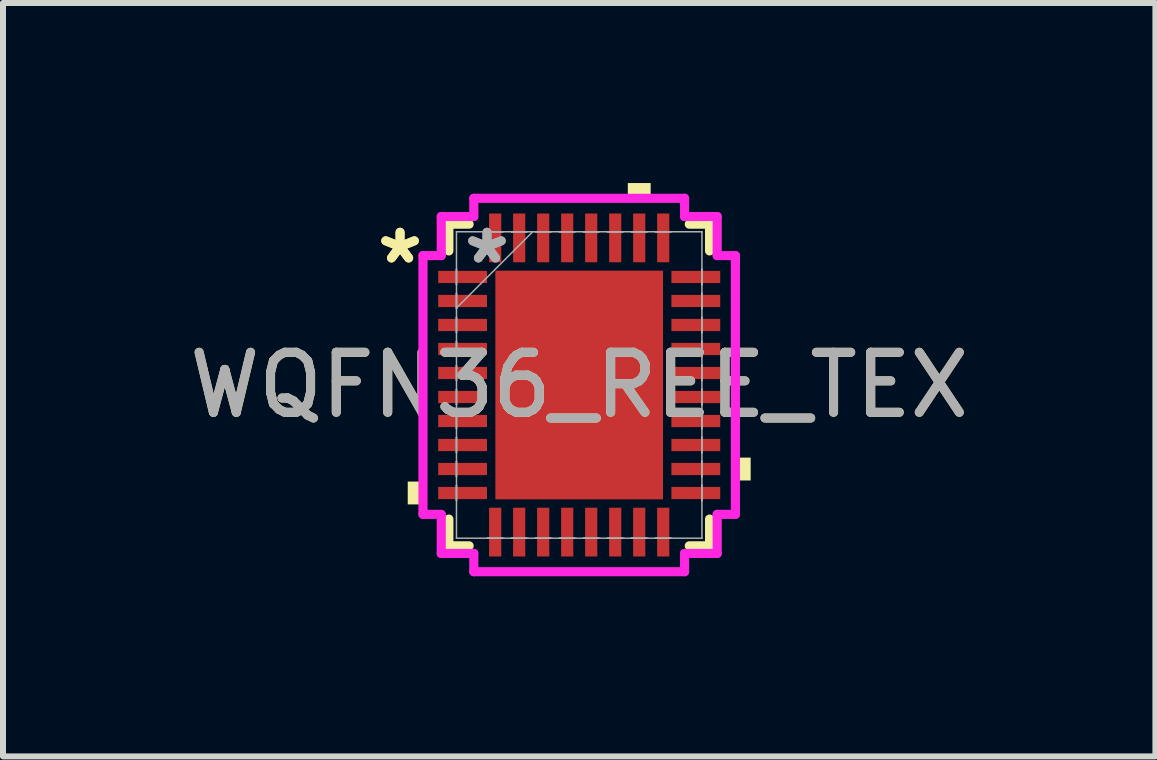
<source format=kicad_pcb>
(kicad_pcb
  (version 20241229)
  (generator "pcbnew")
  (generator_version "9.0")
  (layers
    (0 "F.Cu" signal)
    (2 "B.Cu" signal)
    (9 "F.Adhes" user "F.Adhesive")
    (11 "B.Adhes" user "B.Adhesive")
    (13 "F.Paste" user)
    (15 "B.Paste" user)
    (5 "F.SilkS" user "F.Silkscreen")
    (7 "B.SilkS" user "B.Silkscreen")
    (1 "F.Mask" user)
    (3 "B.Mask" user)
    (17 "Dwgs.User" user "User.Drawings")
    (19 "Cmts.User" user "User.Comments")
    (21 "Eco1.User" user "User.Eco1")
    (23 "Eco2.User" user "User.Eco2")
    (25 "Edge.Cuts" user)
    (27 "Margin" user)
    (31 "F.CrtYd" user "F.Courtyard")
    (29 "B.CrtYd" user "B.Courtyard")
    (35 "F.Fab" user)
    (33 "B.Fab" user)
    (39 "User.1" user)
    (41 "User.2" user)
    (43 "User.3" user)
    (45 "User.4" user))
  (footprint "WQFN36_REE_TEX"
    (layer "F.Cu")
    (at 6.601 3.365)
    (property "Reference" "WQFN36_REE_TEX" (at 0 0 0) (unlocked yes) (layer "F.SilkS") (effects (font (size 1 1) (thickness 0.15))))
    (attr smd)
    (fp_line (start -2.172 -2.68) (end -2.172 -2.234) (stroke (width 0.152) (type solid)) (layer "F.SilkS"))
    (fp_line (start -2.172 2.234) (end -2.172 2.68) (stroke (width 0.152) (type solid)) (layer "F.SilkS"))
    (fp_line (start -2.172 2.68) (end -1.834 2.68) (stroke (width 0.152) (type solid)) (layer "F.SilkS"))
    (fp_line (start -1.834 -2.68) (end -2.172 -2.68) (stroke (width 0.152) (type solid)) (layer "F.SilkS"))
    (fp_line (start 1.834 2.68) (end 2.172 2.68) (stroke (width 0.152) (type solid)) (layer "F.SilkS"))
    (fp_line (start 2.172 -2.68) (end 1.834 -2.68) (stroke (width 0.152) (type solid)) (layer "F.SilkS"))
    (fp_line (start 2.172 -2.234) (end 2.172 -2.68) (stroke (width 0.152) (type solid)) (layer "F.SilkS"))
    (fp_line (start 2.172 2.68) (end 2.172 2.234) (stroke (width 0.152) (type solid)) (layer "F.SilkS"))
    (fp_poly (pts (xy -2.857 1.609) (xy -2.857 1.99) (xy -2.603 1.99) (xy -2.603 1.609)) (stroke (width 0) (type solid)) (fill yes) (layer "F.SilkS"))
    (fp_poly (pts (xy 0.81 -3.111) (xy 0.81 -3.365) (xy 1.191 -3.365) (xy 1.191 -3.111)) (stroke (width 0) (type solid)) (fill yes) (layer "F.SilkS"))
    (fp_poly (pts (xy 2.857 1.21) (xy 2.857 1.591) (xy 2.603 1.591) (xy 2.603 1.21)) (stroke (width 0) (type solid)) (fill yes) (layer "F.SilkS"))
    (fp_poly (pts (xy -1.297 -1.805) (xy -1.297 -0.735) (xy -0.1 -0.735) (xy -0.1 -1.805)) (stroke (width 0) (type solid)) (fill yes) (layer "F.Paste"))
    (fp_poly (pts (xy -1.297 -0.535) (xy -1.297 0.535) (xy -0.1 0.535) (xy -0.1 -0.535)) (stroke (width 0) (type solid)) (fill yes) (layer "F.Paste"))
    (fp_poly (pts (xy -1.297 0.735) (xy -1.297 1.805) (xy -0.1 1.805) (xy -0.1 0.735)) (stroke (width 0) (type solid)) (fill yes) (layer "F.Paste"))
    (fp_poly (pts (xy 0.1 -1.805) (xy 0.1 -0.735) (xy 1.297 -0.735) (xy 1.297 -1.805)) (stroke (width 0) (type solid)) (fill yes) (layer "F.Paste"))
    (fp_poly (pts (xy 0.1 -0.535) (xy 0.1 0.535) (xy 1.297 0.535) (xy 1.297 -0.535)) (stroke (width 0) (type solid)) (fill yes) (layer "F.Paste"))
    (fp_poly (pts (xy 0.1 0.735) (xy 0.1 1.805) (xy 1.297 1.805) (xy 1.297 0.735)) (stroke (width 0) (type solid)) (fill yes) (layer "F.Paste"))
    (fp_line (start -2.603 -2.156) (end -2.299 -2.156) (stroke (width 0.152) (type solid)) (layer "F.CrtYd"))
    (fp_line (start -2.603 2.156) (end -2.603 -2.156) (stroke (width 0.152) (type solid)) (layer "F.CrtYd"))
    (fp_line (start -2.299 -2.807) (end -1.756 -2.807) (stroke (width 0.152) (type solid)) (layer "F.CrtYd"))
    (fp_line (start -2.299 -2.156) (end -2.299 -2.807) (stroke (width 0.152) (type solid)) (layer "F.CrtYd"))
    (fp_line (start -2.299 2.156) (end -2.603 2.156) (stroke (width 0.152) (type solid)) (layer "F.CrtYd"))
    (fp_line (start -2.299 2.807) (end -2.299 2.156) (stroke (width 0.152) (type solid)) (layer "F.CrtYd"))
    (fp_line (start -1.756 -3.111) (end 1.756 -3.111) (stroke (width 0.152) (type solid)) (layer "F.CrtYd"))
    (fp_line (start -1.756 -2.807) (end -1.756 -3.111) (stroke (width 0.152) (type solid)) (layer "F.CrtYd"))
    (fp_line (start -1.756 2.807) (end -2.299 2.807) (stroke (width 0.152) (type solid)) (layer "F.CrtYd"))
    (fp_line (start -1.756 3.111) (end -1.756 2.807) (stroke (width 0.152) (type solid)) (layer "F.CrtYd"))
    (fp_line (start 1.756 -3.111) (end 1.756 -2.807) (stroke (width 0.152) (type solid)) (layer "F.CrtYd"))
    (fp_line (start 1.756 -2.807) (end 2.299 -2.807) (stroke (width 0.152) (type solid)) (layer "F.CrtYd"))
    (fp_line (start 1.756 2.807) (end 1.756 3.111) (stroke (width 0.152) (type solid)) (layer "F.CrtYd"))
    (fp_line (start 1.756 3.111) (end -1.756 3.111) (stroke (width 0.152) (type solid)) (layer "F.CrtYd"))
    (fp_line (start 2.299 -2.807) (end 2.299 -2.156) (stroke (width 0.152) (type solid)) (layer "F.CrtYd"))
    (fp_line (start 2.299 -2.156) (end 2.603 -2.156) (stroke (width 0.152) (type solid)) (layer "F.CrtYd"))
    (fp_line (start 2.299 2.156) (end 2.299 2.807) (stroke (width 0.152) (type solid)) (layer "F.CrtYd"))
    (fp_line (start 2.299 2.807) (end 1.756 2.807) (stroke (width 0.152) (type solid)) (layer "F.CrtYd"))
    (fp_line (start 2.603 -2.156) (end 2.603 2.156) (stroke (width 0.152) (type solid)) (layer "F.CrtYd"))
    (fp_line (start 2.603 2.156) (end 2.299 2.156) (stroke (width 0.152) (type solid)) (layer "F.CrtYd"))
    (fp_line (start -2.045 -2.553) (end -2.045 -2.553) (stroke (width 0.025) (type solid)) (layer "F.Fab"))
    (fp_line (start -2.045 -2.553) (end -2.045 2.553) (stroke (width 0.025) (type solid)) (layer "F.Fab"))
    (fp_line (start -2.045 -1.927) (end -2.045 -1.927) (stroke (width 0.025) (type solid)) (layer "F.Fab"))
    (fp_line (start -2.045 -1.927) (end -2.045 -1.673) (stroke (width 0.025) (type solid)) (layer "F.Fab"))
    (fp_line (start -2.045 -1.673) (end -2.045 -1.927) (stroke (width 0.025) (type solid)) (layer "F.Fab"))
    (fp_line (start -2.045 -1.673) (end -2.045 -1.673) (stroke (width 0.025) (type solid)) (layer "F.Fab"))
    (fp_line (start -2.045 -1.527) (end -2.045 -1.527) (stroke (width 0.025) (type solid)) (layer "F.Fab"))
    (fp_line (start -2.045 -1.527) (end -2.045 -1.273) (stroke (width 0.025) (type solid)) (layer "F.Fab"))
    (fp_line (start -2.045 -1.283) (end -0.775 -2.553) (stroke (width 0.025) (type solid)) (layer "F.Fab"))
    (fp_line (start -2.045 -1.273) (end -2.045 -1.527) (stroke (width 0.025) (type solid)) (layer "F.Fab"))
    (fp_line (start -2.045 -1.273) (end -2.045 -1.273) (stroke (width 0.025) (type solid)) (layer "F.Fab"))
    (fp_line (start -2.045 -1.127) (end -2.045 -1.127) (stroke (width 0.025) (type solid)) (layer "F.Fab"))
    (fp_line (start -2.045 -1.127) (end -2.045 -0.873) (stroke (width 0.025) (type solid)) (layer "F.Fab"))
    (fp_line (start -2.045 -0.873) (end -2.045 -1.127) (stroke (width 0.025) (type solid)) (layer "F.Fab"))
    (fp_line (start -2.045 -0.873) (end -2.045 -0.873) (stroke (width 0.025) (type solid)) (layer "F.Fab"))
    (fp_line (start -2.045 -0.727) (end -2.045 -0.727) (stroke (width 0.025) (type solid)) (layer "F.Fab"))
    (fp_line (start -2.045 -0.727) (end -2.045 -0.473) (stroke (width 0.025) (type solid)) (layer "F.Fab"))
    (fp_line (start -2.045 -0.473) (end -2.045 -0.727) (stroke (width 0.025) (type solid)) (layer "F.Fab"))
    (fp_line (start -2.045 -0.473) (end -2.045 -0.473) (stroke (width 0.025) (type solid)) (layer "F.Fab"))
    (fp_line (start -2.045 -0.327) (end -2.045 -0.327) (stroke (width 0.025) (type solid)) (layer "F.Fab"))
    (fp_line (start -2.045 -0.327) (end -2.045 -0.073) (stroke (width 0.025) (type solid)) (layer "F.Fab"))
    (fp_line (start -2.045 -0.073) (end -2.045 -0.327) (stroke (width 0.025) (type solid)) (layer "F.Fab"))
    (fp_line (start -2.045 -0.073) (end -2.045 -0.073) (stroke (width 0.025) (type solid)) (layer "F.Fab"))
    (fp_line (start -2.045 0.073) (end -2.045 0.073) (stroke (width 0.025) (type solid)) (layer "F.Fab"))
    (fp_line (start -2.045 0.073) (end -2.045 0.327) (stroke (width 0.025) (type solid)) (layer "F.Fab"))
    (fp_line (start -2.045 0.327) (end -2.045 0.073) (stroke (width 0.025) (type solid)) (layer "F.Fab"))
    (fp_line (start -2.045 0.327) (end -2.045 0.327) (stroke (width 0.025) (type solid)) (layer "F.Fab"))
    (fp_line (start -2.045 0.473) (end -2.045 0.473) (stroke (width 0.025) (type solid)) (layer "F.Fab"))
    (fp_line (start -2.045 0.473) (end -2.045 0.727) (stroke (width 0.025) (type solid)) (layer "F.Fab"))
    (fp_line (start -2.045 0.727) (end -2.045 0.473) (stroke (width 0.025) (type solid)) (layer "F.Fab"))
    (fp_line (start -2.045 0.727) (end -2.045 0.727) (stroke (width 0.025) (type solid)) (layer "F.Fab"))
    (fp_line (start -2.045 0.873) (end -2.045 0.873) (stroke (width 0.025) (type solid)) (layer "F.Fab"))
    (fp_line (start -2.045 0.873) (end -2.045 1.127) (stroke (width 0.025) (type solid)) (layer "F.Fab"))
    (fp_line (start -2.045 1.127) (end -2.045 0.873) (stroke (width 0.025) (type solid)) (layer "F.Fab"))
    (fp_line (start -2.045 1.127) (end -2.045 1.127) (stroke (width 0.025) (type solid)) (layer "F.Fab"))
    (fp_line (start -2.045 1.273) (end -2.045 1.273) (stroke (width 0.025) (type solid)) (layer "F.Fab"))
    (fp_line (start -2.045 1.273) (end -2.045 1.527) (stroke (width 0.025) (type solid)) (layer "F.Fab"))
    (fp_line (start -2.045 1.527) (end -2.045 1.273) (stroke (width 0.025) (type solid)) (layer "F.Fab"))
    (fp_line (start -2.045 1.527) (end -2.045 1.527) (stroke (width 0.025) (type solid)) (layer "F.Fab"))
    (fp_line (start -2.045 1.673) (end -2.045 1.673) (stroke (width 0.025) (type solid)) (layer "F.Fab"))
    (fp_line (start -2.045 1.673) (end -2.045 1.927) (stroke (width 0.025) (type solid)) (layer "F.Fab"))
    (fp_line (start -2.045 1.927) (end -2.045 1.673) (stroke (width 0.025) (type solid)) (layer "F.Fab"))
    (fp_line (start -2.045 1.927) (end -2.045 1.927) (stroke (width 0.025) (type solid)) (layer "F.Fab"))
    (fp_line (start -2.045 2.553) (end -2.045 2.553) (stroke (width 0.025) (type solid)) (layer "F.Fab"))
    (fp_line (start -2.045 2.553) (end 2.045 2.553) (stroke (width 0.025) (type solid)) (layer "F.Fab"))
    (fp_line (start -1.527 -2.553) (end -1.527 -2.553) (stroke (width 0.025) (type solid)) (layer "F.Fab"))
    (fp_line (start -1.527 -2.553) (end -1.273 -2.553) (stroke (width 0.025) (type solid)) (layer "F.Fab"))
    (fp_line (start -1.527 2.553) (end -1.527 2.553) (stroke (width 0.025) (type solid)) (layer "F.Fab"))
    (fp_line (start -1.527 2.553) (end -1.273 2.553) (stroke (width 0.025) (type solid)) (layer "F.Fab"))
    (fp_line (start -1.273 -2.553) (end -1.527 -2.553) (stroke (width 0.025) (type solid)) (layer "F.Fab"))
    (fp_line (start -1.273 -2.553) (end -1.273 -2.553) (stroke (width 0.025) (type solid)) (layer "F.Fab"))
    (fp_line (start -1.273 2.553) (end -1.527 2.553) (stroke (width 0.025) (type solid)) (layer "F.Fab"))
    (fp_line (start -1.273 2.553) (end -1.273 2.553) (stroke (width 0.025) (type solid)) (layer "F.Fab"))
    (fp_line (start -1.127 -2.553) (end -1.127 -2.553) (stroke (width 0.025) (type solid)) (layer "F.Fab"))
    (fp_line (start -1.127 -2.553) (end -0.873 -2.553) (stroke (width 0.025) (type solid)) (layer "F.Fab"))
    (fp_line (start -1.127 2.553) (end -1.127 2.553) (stroke (width 0.025) (type solid)) (layer "F.Fab"))
    (fp_line (start -1.127 2.553) (end -0.873 2.553) (stroke (width 0.025) (type solid)) (layer "F.Fab"))
    (fp_line (start -0.873 -2.553) (end -1.127 -2.553) (stroke (width 0.025) (type solid)) (layer "F.Fab"))
    (fp_line (start -0.873 -2.553) (end -0.873 -2.553) (stroke (width 0.025) (type solid)) (layer "F.Fab"))
    (fp_line (start -0.873 2.553) (end -1.127 2.553) (stroke (width 0.025) (type solid)) (layer "F.Fab"))
    (fp_line (start -0.873 2.553) (end -0.873 2.553) (stroke (width 0.025) (type solid)) (layer "F.Fab"))
    (fp_line (start -0.727 -2.553) (end -0.727 -2.553) (stroke (width 0.025) (type solid)) (layer "F.Fab"))
    (fp_line (start -0.727 -2.553) (end -0.473 -2.553) (stroke (width 0.025) (type solid)) (layer "F.Fab"))
    (fp_line (start -0.727 2.553) (end -0.727 2.553) (stroke (width 0.025) (type solid)) (layer "F.Fab"))
    (fp_line (start -0.727 2.553) (end -0.473 2.553) (stroke (width 0.025) (type solid)) (layer "F.Fab"))
    (fp_line (start -0.473 -2.553) (end -0.727 -2.553) (stroke (width 0.025) (type solid)) (layer "F.Fab"))
    (fp_line (start -0.473 -2.553) (end -0.473 -2.553) (stroke (width 0.025) (type solid)) (layer "F.Fab"))
    (fp_line (start -0.473 2.553) (end -0.727 2.553) (stroke (width 0.025) (type solid)) (layer "F.Fab"))
    (fp_line (start -0.473 2.553) (end -0.473 2.553) (stroke (width 0.025) (type solid)) (layer "F.Fab"))
    (fp_line (start -0.327 -2.553) (end -0.327 -2.553) (stroke (width 0.025) (type solid)) (layer "F.Fab"))
    (fp_line (start -0.327 -2.553) (end -0.073 -2.553) (stroke (width 0.025) (type solid)) (layer "F.Fab"))
    (fp_line (start -0.327 2.553) (end -0.327 2.553) (stroke (width 0.025) (type solid)) (layer "F.Fab"))
    (fp_line (start -0.327 2.553) (end -0.073 2.553) (stroke (width 0.025) (type solid)) (layer "F.Fab"))
    (fp_line (start -0.073 -2.553) (end -0.327 -2.553) (stroke (width 0.025) (type solid)) (layer "F.Fab"))
    (fp_line (start -0.073 -2.553) (end -0.073 -2.553) (stroke (width 0.025) (type solid)) (layer "F.Fab"))
    (fp_line (start -0.073 2.553) (end -0.327 2.553) (stroke (width 0.025) (type solid)) (layer "F.Fab"))
    (fp_line (start -0.073 2.553) (end -0.073 2.553) (stroke (width 0.025) (type solid)) (layer "F.Fab"))
    (fp_line (start 0.073 -2.553) (end 0.073 -2.553) (stroke (width 0.025) (type solid)) (layer "F.Fab"))
    (fp_line (start 0.073 -2.553) (end 0.327 -2.553) (stroke (width 0.025) (type solid)) (layer "F.Fab"))
    (fp_line (start 0.073 2.553) (end 0.073 2.553) (stroke (width 0.025) (type solid)) (layer "F.Fab"))
    (fp_line (start 0.073 2.553) (end 0.327 2.553) (stroke (width 0.025) (type solid)) (layer "F.Fab"))
    (fp_line (start 0.327 -2.553) (end 0.073 -2.553) (stroke (width 0.025) (type solid)) (layer "F.Fab"))
    (fp_line (start 0.327 -2.553) (end 0.327 -2.553) (stroke (width 0.025) (type solid)) (layer "F.Fab"))
    (fp_line (start 0.327 2.553) (end 0.073 2.553) (stroke (width 0.025) (type solid)) (layer "F.Fab"))
    (fp_line (start 0.327 2.553) (end 0.327 2.553) (stroke (width 0.025) (type solid)) (layer "F.Fab"))
    (fp_line (start 0.473 -2.553) (end 0.473 -2.553) (stroke (width 0.025) (type solid)) (layer "F.Fab"))
    (fp_line (start 0.473 -2.553) (end 0.727 -2.553) (stroke (width 0.025) (type solid)) (layer "F.Fab"))
    (fp_line (start 0.473 2.553) (end 0.473 2.553) (stroke (width 0.025) (type solid)) (layer "F.Fab"))
    (fp_line (start 0.473 2.553) (end 0.727 2.553) (stroke (width 0.025) (type solid)) (layer "F.Fab"))
    (fp_line (start 0.727 -2.553) (end 0.473 -2.553) (stroke (width 0.025) (type solid)) (layer "F.Fab"))
    (fp_line (start 0.727 -2.553) (end 0.727 -2.553) (stroke (width 0.025) (type solid)) (layer "F.Fab"))
    (fp_line (start 0.727 2.553) (end 0.473 2.553) (stroke (width 0.025) (type solid)) (layer "F.Fab"))
    (fp_line (start 0.727 2.553) (end 0.727 2.553) (stroke (width 0.025) (type solid)) (layer "F.Fab"))
    (fp_line (start 0.873 -2.553) (end 0.873 -2.553) (stroke (width 0.025) (type solid)) (layer "F.Fab"))
    (fp_line (start 0.873 -2.553) (end 1.127 -2.553) (stroke (width 0.025) (type solid)) (layer "F.Fab"))
    (fp_line (start 0.873 2.553) (end 0.873 2.553) (stroke (width 0.025) (type solid)) (layer "F.Fab"))
    (fp_line (start 0.873 2.553) (end 1.127 2.553) (stroke (width 0.025) (type solid)) (layer "F.Fab"))
    (fp_line (start 1.127 -2.553) (end 0.873 -2.553) (stroke (width 0.025) (type solid)) (layer "F.Fab"))
    (fp_line (start 1.127 -2.553) (end 1.127 -2.553) (stroke (width 0.025) (type solid)) (layer "F.Fab"))
    (fp_line (start 1.127 2.553) (end 0.873 2.553) (stroke (width 0.025) (type solid)) (layer "F.Fab"))
    (fp_line (start 1.127 2.553) (end 1.127 2.553) (stroke (width 0.025) (type solid)) (layer "F.Fab"))
    (fp_line (start 1.273 -2.553) (end 1.273 -2.553) (stroke (width 0.025) (type solid)) (layer "F.Fab"))
    (fp_line (start 1.273 -2.553) (end 1.527 -2.553) (stroke (width 0.025) (type solid)) (layer "F.Fab"))
    (fp_line (start 1.273 2.553) (end 1.273 2.553) (stroke (width 0.025) (type solid)) (layer "F.Fab"))
    (fp_line (start 1.273 2.553) (end 1.527 2.553) (stroke (width 0.025) (type solid)) (layer "F.Fab"))
    (fp_line (start 1.527 -2.553) (end 1.273 -2.553) (stroke (width 0.025) (type solid)) (layer "F.Fab"))
    (fp_line (start 1.527 -2.553) (end 1.527 -2.553) (stroke (width 0.025) (type solid)) (layer "F.Fab"))
    (fp_line (start 1.527 2.553) (end 1.273 2.553) (stroke (width 0.025) (type solid)) (layer "F.Fab"))
    (fp_line (start 1.527 2.553) (end 1.527 2.553) (stroke (width 0.025) (type solid)) (layer "F.Fab"))
    (fp_line (start 2.045 -2.553) (end -2.045 -2.553) (stroke (width 0.025) (type solid)) (layer "F.Fab"))
    (fp_line (start 2.045 -2.553) (end 2.045 -2.553) (stroke (width 0.025) (type solid)) (layer "F.Fab"))
    (fp_line (start 2.045 -1.927) (end 2.045 -1.927) (stroke (width 0.025) (type solid)) (layer "F.Fab"))
    (fp_line (start 2.045 -1.927) (end 2.045 -1.673) (stroke (width 0.025) (type solid)) (layer "F.Fab"))
    (fp_line (start 2.045 -1.673) (end 2.045 -1.927) (stroke (width 0.025) (type solid)) (layer "F.Fab"))
    (fp_line (start 2.045 -1.673) (end 2.045 -1.673) (stroke (width 0.025) (type solid)) (layer "F.Fab"))
    (fp_line (start 2.045 -1.527) (end 2.045 -1.527) (stroke (width 0.025) (type solid)) (layer "F.Fab"))
    (fp_line (start 2.045 -1.527) (end 2.045 -1.273) (stroke (width 0.025) (type solid)) (layer "F.Fab"))
    (fp_line (start 2.045 -1.273) (end 2.045 -1.527) (stroke (width 0.025) (type solid)) (layer "F.Fab"))
    (fp_line (start 2.045 -1.273) (end 2.045 -1.273) (stroke (width 0.025) (type solid)) (layer "F.Fab"))
    (fp_line (start 2.045 -1.127) (end 2.045 -1.127) (stroke (width 0.025) (type solid)) (layer "F.Fab"))
    (fp_line (start 2.045 -1.127) (end 2.045 -0.873) (stroke (width 0.025) (type solid)) (layer "F.Fab"))
    (fp_line (start 2.045 -0.873) (end 2.045 -1.127) (stroke (width 0.025) (type solid)) (layer "F.Fab"))
    (fp_line (start 2.045 -0.873) (end 2.045 -0.873) (stroke (width 0.025) (type solid)) (layer "F.Fab"))
    (fp_line (start 2.045 -0.727) (end 2.045 -0.727) (stroke (width 0.025) (type solid)) (layer "F.Fab"))
    (fp_line (start 2.045 -0.727) (end 2.045 -0.473) (stroke (width 0.025) (type solid)) (layer "F.Fab"))
    (fp_line (start 2.045 -0.473) (end 2.045 -0.727) (stroke (width 0.025) (type solid)) (layer "F.Fab"))
    (fp_line (start 2.045 -0.473) (end 2.045 -0.473) (stroke (width 0.025) (type solid)) (layer "F.Fab"))
    (fp_line (start 2.045 -0.327) (end 2.045 -0.327) (stroke (width 0.025) (type solid)) (layer "F.Fab"))
    (fp_line (start 2.045 -0.327) (end 2.045 -0.073) (stroke (width 0.025) (type solid)) (layer "F.Fab"))
    (fp_line (start 2.045 -0.073) (end 2.045 -0.327) (stroke (width 0.025) (type solid)) (layer "F.Fab"))
    (fp_line (start 2.045 -0.073) (end 2.045 -0.073) (stroke (width 0.025) (type solid)) (layer "F.Fab"))
    (fp_line (start 2.045 0.073) (end 2.045 0.073) (stroke (width 0.025) (type solid)) (layer "F.Fab"))
    (fp_line (start 2.045 0.073) (end 2.045 0.327) (stroke (width 0.025) (type solid)) (layer "F.Fab"))
    (fp_line (start 2.045 0.327) (end 2.045 0.073) (stroke (width 0.025) (type solid)) (layer "F.Fab"))
    (fp_line (start 2.045 0.327) (end 2.045 0.327) (stroke (width 0.025) (type solid)) (layer "F.Fab"))
    (fp_line (start 2.045 0.473) (end 2.045 0.473) (stroke (width 0.025) (type solid)) (layer "F.Fab"))
    (fp_line (start 2.045 0.473) (end 2.045 0.727) (stroke (width 0.025) (type solid)) (layer "F.Fab"))
    (fp_line (start 2.045 0.727) (end 2.045 0.473) (stroke (width 0.025) (type solid)) (layer "F.Fab"))
    (fp_line (start 2.045 0.727) (end 2.045 0.727) (stroke (width 0.025) (type solid)) (layer "F.Fab"))
    (fp_line (start 2.045 0.873) (end 2.045 0.873) (stroke (width 0.025) (type solid)) (layer "F.Fab"))
    (fp_line (start 2.045 0.873) (end 2.045 1.127) (stroke (width 0.025) (type solid)) (layer "F.Fab"))
    (fp_line (start 2.045 1.127) (end 2.045 0.873) (stroke (width 0.025) (type solid)) (layer "F.Fab"))
    (fp_line (start 2.045 1.127) (end 2.045 1.127) (stroke (width 0.025) (type solid)) (layer "F.Fab"))
    (fp_line (start 2.045 1.273) (end 2.045 1.273) (stroke (width 0.025) (type solid)) (layer "F.Fab"))
    (fp_line (start 2.045 1.273) (end 2.045 1.527) (stroke (width 0.025) (type solid)) (layer "F.Fab"))
    (fp_line (start 2.045 1.527) (end 2.045 1.273) (stroke (width 0.025) (type solid)) (layer "F.Fab"))
    (fp_line (start 2.045 1.527) (end 2.045 1.527) (stroke (width 0.025) (type solid)) (layer "F.Fab"))
    (fp_line (start 2.045 1.673) (end 2.045 1.673) (stroke (width 0.025) (type solid)) (layer "F.Fab"))
    (fp_line (start 2.045 1.673) (end 2.045 1.927) (stroke (width 0.025) (type solid)) (layer "F.Fab"))
    (fp_line (start 2.045 1.927) (end 2.045 1.673) (stroke (width 0.025) (type solid)) (layer "F.Fab"))
    (fp_line (start 2.045 1.927) (end 2.045 1.927) (stroke (width 0.025) (type solid)) (layer "F.Fab"))
    (fp_line (start 2.045 2.553) (end 2.045 -2.553) (stroke (width 0.025) (type solid)) (layer "F.Fab"))
    (fp_line (start 2.045 2.553) (end 2.045 2.553) (stroke (width 0.025) (type solid)) (layer "F.Fab"))
    (fp_text user "*" (at -2.985 -2 0) (layer "F.SilkS") (effects (font (size 1 1) (thickness 0.15))))
    (fp_text user "*" (at -2.985 -2 0) (unlocked yes) (layer "F.SilkS") (effects (font (size 1 1) (thickness 0.15))))
    (fp_text user "${REFERENCE}" (at 0 0 0) (unlocked yes) (layer "F.Fab") (effects (font (size 1 1) (thickness 0.15))))
    (fp_text user "*" (at -1.537 -2 0) (unlocked yes) (layer "F.Fab") (effects (font (size 1 1) (thickness 0.15))))
    (fp_text user "*" (at -1.537 -2 0) (layer "F.Fab") (effects (font (size 1 1) (thickness 0.15))))
    (pad "1" smd rect (at -1.943 -1.8 90) (size 0.203 0.813) (layers "F.Cu" "F.Mask" "F.Paste"))
    (pad "2" smd rect (at -1.943 -1.4 90) (size 0.203 0.813) (layers "F.Cu" "F.Mask" "F.Paste"))
    (pad "3" smd rect (at -1.943 -1 90) (size 0.203 0.813) (layers "F.Cu" "F.Mask" "F.Paste"))
    (pad "4" smd rect (at -1.943 -0.6 90) (size 0.203 0.813) (layers "F.Cu" "F.Mask" "F.Paste"))
    (pad "5" smd rect (at -1.943 -0.2 90) (size 0.203 0.813) (layers "F.Cu" "F.Mask" "F.Paste"))
    (pad "6" smd rect (at -1.943 0.2 90) (size 0.203 0.813) (layers "F.Cu" "F.Mask" "F.Paste"))
    (pad "7" smd rect (at -1.943 0.6 90) (size 0.203 0.813) (layers "F.Cu" "F.Mask" "F.Paste"))
    (pad "8" smd rect (at -1.943 1 90) (size 0.203 0.813) (layers "F.Cu" "F.Mask" "F.Paste"))
    (pad "9" smd rect (at -1.943 1.4 90) (size 0.203 0.813) (layers "F.Cu" "F.Mask" "F.Paste"))
    (pad "10" smd rect (at -1.943 1.8 90) (size 0.203 0.813) (layers "F.Cu" "F.Mask" "F.Paste"))
    (pad "11" smd rect (at -1.4 2.451) (size 0.203 0.813) (layers "F.Cu" "F.Mask" "F.Paste"))
    (pad "12" smd rect (at -1 2.451) (size 0.203 0.813) (layers "F.Cu" "F.Mask" "F.Paste"))
    (pad "13" smd rect (at -0.6 2.451) (size 0.203 0.813) (layers "F.Cu" "F.Mask" "F.Paste"))
    (pad "14" smd rect (at -0.2 2.451) (size 0.203 0.813) (layers "F.Cu" "F.Mask" "F.Paste"))
    (pad "15" smd rect (at 0.2 2.451) (size 0.203 0.813) (layers "F.Cu" "F.Mask" "F.Paste"))
    (pad "16" smd rect (at 0.6 2.451) (size 0.203 0.813) (layers "F.Cu" "F.Mask" "F.Paste"))
    (pad "17" smd rect (at 1 2.451) (size 0.203 0.813) (layers "F.Cu" "F.Mask" "F.Paste"))
    (pad "18" smd rect (at 1.4 2.451) (size 0.203 0.813) (layers "F.Cu" "F.Mask" "F.Paste"))
    (pad "19" smd rect (at 1.943 1.8 90) (size 0.203 0.813) (layers "F.Cu" "F.Mask" "F.Paste"))
    (pad "20" smd rect (at 1.943 1.4 90) (size 0.203 0.813) (layers "F.Cu" "F.Mask" "F.Paste"))
    (pad "21" smd rect (at 1.943 1 90) (size 0.203 0.813) (layers "F.Cu" "F.Mask" "F.Paste"))
    (pad "22" smd rect (at 1.943 0.6 90) (size 0.203 0.813) (layers "F.Cu" "F.Mask" "F.Paste"))
    (pad "23" smd rect (at 1.943 0.2 90) (size 0.203 0.813) (layers "F.Cu" "F.Mask" "F.Paste"))
    (pad "24" smd rect (at 1.943 -0.2 90) (size 0.203 0.813) (layers "F.Cu" "F.Mask" "F.Paste"))
    (pad "25" smd rect (at 1.943 -0.6 90) (size 0.203 0.813) (layers "F.Cu" "F.Mask" "F.Paste"))
    (pad "26" smd rect (at 1.943 -1 90) (size 0.203 0.813) (layers "F.Cu" "F.Mask" "F.Paste"))
    (pad "27" smd rect (at 1.943 -1.4 90) (size 0.203 0.813) (layers "F.Cu" "F.Mask" "F.Paste"))
    (pad "28" smd rect (at 1.943 -1.8 90) (size 0.203 0.813) (layers "F.Cu" "F.Mask" "F.Paste"))
    (pad "29" smd rect (at 1.4 -2.451) (size 0.203 0.813) (layers "F.Cu" "F.Mask" "F.Paste"))
    (pad "30" smd rect (at 1 -2.451) (size 0.203 0.813) (layers "F.Cu" "F.Mask" "F.Paste"))
    (pad "31" smd rect (at 0.6 -2.451) (size 0.203 0.813) (layers "F.Cu" "F.Mask" "F.Paste"))
    (pad "32" smd rect (at 0.2 -2.451) (size 0.203 0.813) (layers "F.Cu" "F.Mask" "F.Paste"))
    (pad "33" smd rect (at -0.2 -2.451) (size 0.203 0.813) (layers "F.Cu" "F.Mask" "F.Paste"))
    (pad "34" smd rect (at -0.6 -2.451) (size 0.203 0.813) (layers "F.Cu" "F.Mask" "F.Paste"))
    (pad "35" smd rect (at -1 -2.451) (size 0.203 0.813) (layers "F.Cu" "F.Mask" "F.Paste"))
    (pad "36" smd rect (at -1.4 -2.451) (size 0.203 0.813) (layers "F.Cu" "F.Mask" "F.Paste"))
    (pad "37" smd rect (at 0 0) (size 2.794 3.81) (layers "F.Cu" "F.Mask" "F.Paste")))
  (gr_rect
    (start -3 -3)
    (end 16.202 9.553)
    (stroke (width 0.1) (type default))
    (fill no)
    (layer "Edge.Cuts")))
</source>
